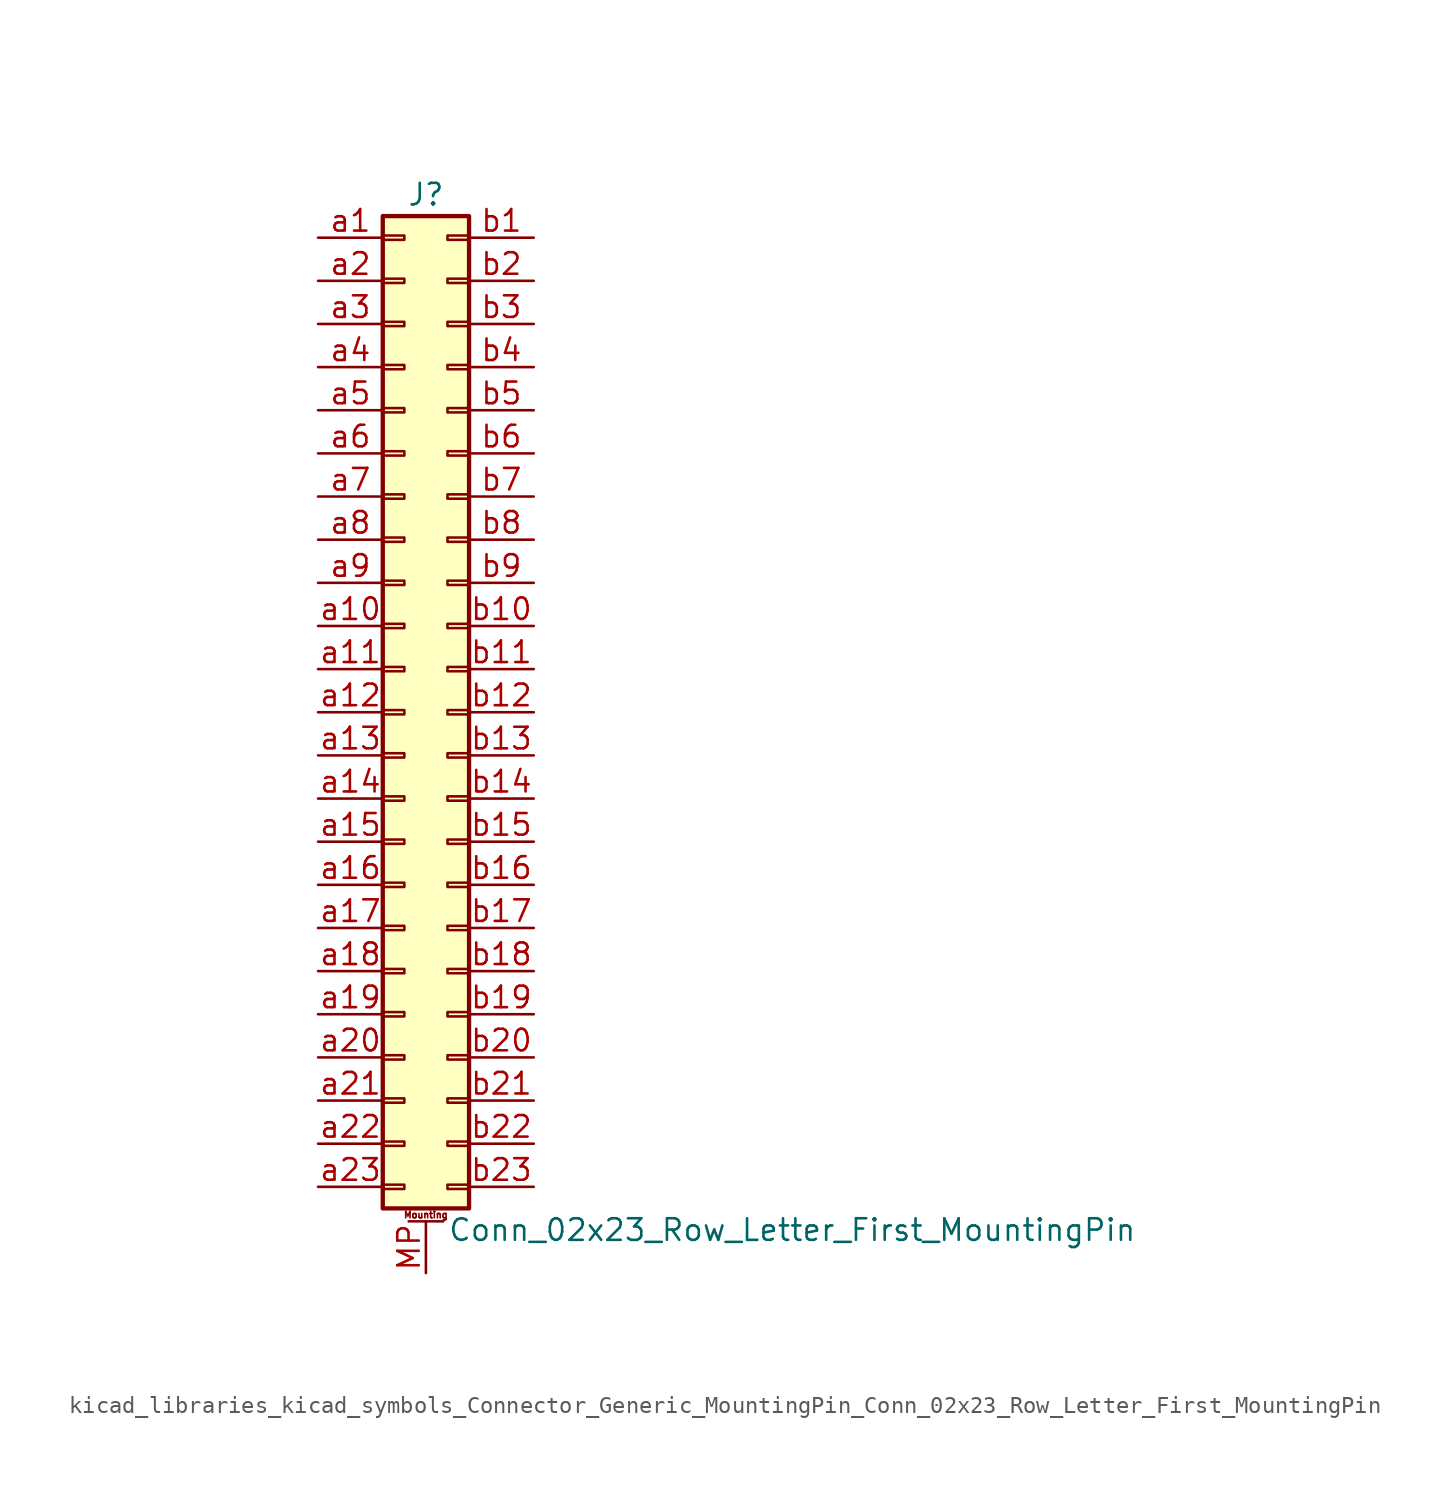
<source format=kicad_sym>
(kicad_symbol_lib
  (version 20220914)
  (generator kicad_symbol_editor)
  (symbol "kicad_libraries_kicad_symbols_Connector_Generic_MountingPin_Conn_02x23_Row_Letter_First_MountingPin"
    (pin_names
      (offset 1.016) hide)
    (property "Reference" "J"
      (at 1.27 30.48 0)
      (effects (font (size 1.27 1.27))))
    (property "Value" "Conn_02x23_Row_Letter_First_MountingPin"
      (at 2.54 -30.48 0)
      (effects (font (size 1.27 1.27)) (justify left)))
    (symbol "kicad_libraries_kicad_symbols_Connector_Generic_MountingPin_Conn_02x23_Row_Letter_First_MountingPin_1_1"
      (rectangle (start -1.27 -27.813) (end 0 -28.067) (stroke (width 0.152) (type default)) (fill (type none)))
      (rectangle (start -1.27 -25.273) (end 0 -25.527) (stroke (width 0.152) (type default)) (fill (type none)))
      (rectangle (start -1.27 -22.733) (end 0 -22.987) (stroke (width 0.152) (type default)) (fill (type none)))
      (rectangle (start -1.27 -20.193) (end 0 -20.447) (stroke (width 0.152) (type default)) (fill (type none)))
      (rectangle (start -1.27 -17.653) (end 0 -17.907) (stroke (width 0.152) (type default)) (fill (type none)))
      (rectangle (start -1.27 -15.113) (end 0 -15.367) (stroke (width 0.152) (type default)) (fill (type none)))
      (rectangle (start -1.27 -12.573) (end 0 -12.827) (stroke (width 0.152) (type default)) (fill (type none)))
      (rectangle (start -1.27 -10.033) (end 0 -10.287) (stroke (width 0.152) (type default)) (fill (type none)))
      (rectangle (start -1.27 -7.493) (end 0 -7.747) (stroke (width 0.152) (type default)) (fill (type none)))
      (rectangle (start -1.27 -4.953) (end 0 -5.207) (stroke (width 0.152) (type default)) (fill (type none)))
      (rectangle (start -1.27 -2.413) (end 0 -2.667) (stroke (width 0.152) (type default)) (fill (type none)))
      (rectangle (start -1.27 0.127) (end 0 -0.127) (stroke (width 0.152) (type default)) (fill (type none)))
      (rectangle (start -1.27 2.667) (end 0 2.413) (stroke (width 0.152) (type default)) (fill (type none)))
      (rectangle (start -1.27 5.207) (end 0 4.953) (stroke (width 0.152) (type default)) (fill (type none)))
      (rectangle (start -1.27 7.747) (end 0 7.493) (stroke (width 0.152) (type default)) (fill (type none)))
      (rectangle (start -1.27 10.287) (end 0 10.033) (stroke (width 0.152) (type default)) (fill (type none)))
      (rectangle (start -1.27 12.827) (end 0 12.573) (stroke (width 0.152) (type default)) (fill (type none)))
      (rectangle (start -1.27 15.367) (end 0 15.113) (stroke (width 0.152) (type default)) (fill (type none)))
      (rectangle (start -1.27 17.907) (end 0 17.653) (stroke (width 0.152) (type default)) (fill (type none)))
      (rectangle (start -1.27 20.447) (end 0 20.193) (stroke (width 0.152) (type default)) (fill (type none)))
      (rectangle (start -1.27 22.987) (end 0 22.733) (stroke (width 0.152) (type default)) (fill (type none)))
      (rectangle (start -1.27 25.527) (end 0 25.273) (stroke (width 0.152) (type default)) (fill (type none)))
      (rectangle (start -1.27 28.067) (end 0 27.813) (stroke (width 0.152) (type default)) (fill (type none)))
      (rectangle (start -1.27 29.21) (end 3.81 -29.21) (stroke (width 0.254) (type default)) (fill (type background)))
      (polyline (pts (xy 0.254 -29.972) (xy 2.286 -29.972)) (stroke (width 0.152) (type default)) (fill (type none)))
      (rectangle (start 3.81 -27.813) (end 2.54 -28.067) (stroke (width 0.152) (type default)) (fill (type none)))
      (rectangle (start 3.81 -25.273) (end 2.54 -25.527) (stroke (width 0.152) (type default)) (fill (type none)))
      (rectangle (start 3.81 -22.733) (end 2.54 -22.987) (stroke (width 0.152) (type default)) (fill (type none)))
      (rectangle (start 3.81 -20.193) (end 2.54 -20.447) (stroke (width 0.152) (type default)) (fill (type none)))
      (rectangle (start 3.81 -17.653) (end 2.54 -17.907) (stroke (width 0.152) (type default)) (fill (type none)))
      (rectangle (start 3.81 -15.113) (end 2.54 -15.367) (stroke (width 0.152) (type default)) (fill (type none)))
      (rectangle (start 3.81 -12.573) (end 2.54 -12.827) (stroke (width 0.152) (type default)) (fill (type none)))
      (rectangle (start 3.81 -10.033) (end 2.54 -10.287) (stroke (width 0.152) (type default)) (fill (type none)))
      (rectangle (start 3.81 -7.493) (end 2.54 -7.747) (stroke (width 0.152) (type default)) (fill (type none)))
      (rectangle (start 3.81 -4.953) (end 2.54 -5.207) (stroke (width 0.152) (type default)) (fill (type none)))
      (rectangle (start 3.81 -2.413) (end 2.54 -2.667) (stroke (width 0.152) (type default)) (fill (type none)))
      (rectangle (start 3.81 0.127) (end 2.54 -0.127) (stroke (width 0.152) (type default)) (fill (type none)))
      (rectangle (start 3.81 2.667) (end 2.54 2.413) (stroke (width 0.152) (type default)) (fill (type none)))
      (rectangle (start 3.81 5.207) (end 2.54 4.953) (stroke (width 0.152) (type default)) (fill (type none)))
      (rectangle (start 3.81 7.747) (end 2.54 7.493) (stroke (width 0.152) (type default)) (fill (type none)))
      (rectangle (start 3.81 10.287) (end 2.54 10.033) (stroke (width 0.152) (type default)) (fill (type none)))
      (rectangle (start 3.81 12.827) (end 2.54 12.573) (stroke (width 0.152) (type default)) (fill (type none)))
      (rectangle (start 3.81 15.367) (end 2.54 15.113) (stroke (width 0.152) (type default)) (fill (type none)))
      (rectangle (start 3.81 17.907) (end 2.54 17.653) (stroke (width 0.152) (type default)) (fill (type none)))
      (rectangle (start 3.81 20.447) (end 2.54 20.193) (stroke (width 0.152) (type default)) (fill (type none)))
      (rectangle (start 3.81 22.987) (end 2.54 22.733) (stroke (width 0.152) (type default)) (fill (type none)))
      (rectangle (start 3.81 25.527) (end 2.54 25.273) (stroke (width 0.152) (type default)) (fill (type none)))
      (rectangle (start 3.81 28.067) (end 2.54 27.813) (stroke (width 0.152) (type default)) (fill (type none)))
      (text "Mounting" (at 1.27 -29.591 0) (effects (font (size 0.381 0.381))))
      (pin passive line (at 1.27 -33.02 90) (length 3.048) (name "MountPin" (effects (font (size 1.27 1.27)))) (number "MP" (effects (font (size 1.27 1.27)))))
      (pin passive line (at -5.08 27.94 0) (length 3.81) (name "Pin_a1" (effects (font (size 1.27 1.27)))) (number "a1" (effects (font (size 1.27 1.27)))))
      (pin passive line (at -5.08 5.08 0) (length 3.81) (name "Pin_a10" (effects (font (size 1.27 1.27)))) (number "a10" (effects (font (size 1.27 1.27)))))
      (pin passive line (at -5.08 2.54 0) (length 3.81) (name "Pin_a11" (effects (font (size 1.27 1.27)))) (number "a11" (effects (font (size 1.27 1.27)))))
      (pin passive line (at -5.08 0 0) (length 3.81) (name "Pin_a12" (effects (font (size 1.27 1.27)))) (number "a12" (effects (font (size 1.27 1.27)))))
      (pin passive line (at -5.08 -2.54 0) (length 3.81) (name "Pin_a13" (effects (font (size 1.27 1.27)))) (number "a13" (effects (font (size 1.27 1.27)))))
      (pin passive line (at -5.08 -5.08 0) (length 3.81) (name "Pin_a14" (effects (font (size 1.27 1.27)))) (number "a14" (effects (font (size 1.27 1.27)))))
      (pin passive line (at -5.08 -7.62 0) (length 3.81) (name "Pin_a15" (effects (font (size 1.27 1.27)))) (number "a15" (effects (font (size 1.27 1.27)))))
      (pin passive line (at -5.08 -10.16 0) (length 3.81) (name "Pin_a16" (effects (font (size 1.27 1.27)))) (number "a16" (effects (font (size 1.27 1.27)))))
      (pin passive line (at -5.08 -12.7 0) (length 3.81) (name "Pin_a17" (effects (font (size 1.27 1.27)))) (number "a17" (effects (font (size 1.27 1.27)))))
      (pin passive line (at -5.08 -15.24 0) (length 3.81) (name "Pin_a18" (effects (font (size 1.27 1.27)))) (number "a18" (effects (font (size 1.27 1.27)))))
      (pin passive line (at -5.08 -17.78 0) (length 3.81) (name "Pin_a19" (effects (font (size 1.27 1.27)))) (number "a19" (effects (font (size 1.27 1.27)))))
      (pin passive line (at -5.08 25.4 0) (length 3.81) (name "Pin_a2" (effects (font (size 1.27 1.27)))) (number "a2" (effects (font (size 1.27 1.27)))))
      (pin passive line (at -5.08 -20.32 0) (length 3.81) (name "Pin_a20" (effects (font (size 1.27 1.27)))) (number "a20" (effects (font (size 1.27 1.27)))))
      (pin passive line (at -5.08 -22.86 0) (length 3.81) (name "Pin_a21" (effects (font (size 1.27 1.27)))) (number "a21" (effects (font (size 1.27 1.27)))))
      (pin passive line (at -5.08 -25.4 0) (length 3.81) (name "Pin_a22" (effects (font (size 1.27 1.27)))) (number "a22" (effects (font (size 1.27 1.27)))))
      (pin passive line (at -5.08 -27.94 0) (length 3.81) (name "Pin_a23" (effects (font (size 1.27 1.27)))) (number "a23" (effects (font (size 1.27 1.27)))))
      (pin passive line (at -5.08 22.86 0) (length 3.81) (name "Pin_a3" (effects (font (size 1.27 1.27)))) (number "a3" (effects (font (size 1.27 1.27)))))
      (pin passive line (at -5.08 20.32 0) (length 3.81) (name "Pin_a4" (effects (font (size 1.27 1.27)))) (number "a4" (effects (font (size 1.27 1.27)))))
      (pin passive line (at -5.08 17.78 0) (length 3.81) (name "Pin_a5" (effects (font (size 1.27 1.27)))) (number "a5" (effects (font (size 1.27 1.27)))))
      (pin passive line (at -5.08 15.24 0) (length 3.81) (name "Pin_a6" (effects (font (size 1.27 1.27)))) (number "a6" (effects (font (size 1.27 1.27)))))
      (pin passive line (at -5.08 12.7 0) (length 3.81) (name "Pin_a7" (effects (font (size 1.27 1.27)))) (number "a7" (effects (font (size 1.27 1.27)))))
      (pin passive line (at -5.08 10.16 0) (length 3.81) (name "Pin_a8" (effects (font (size 1.27 1.27)))) (number "a8" (effects (font (size 1.27 1.27)))))
      (pin passive line (at -5.08 7.62 0) (length 3.81) (name "Pin_a9" (effects (font (size 1.27 1.27)))) (number "a9" (effects (font (size 1.27 1.27)))))
      (pin passive line (at 7.62 27.94 180) (length 3.81) (name "Pin_b1" (effects (font (size 1.27 1.27)))) (number "b1" (effects (font (size 1.27 1.27)))))
      (pin passive line (at 7.62 5.08 180) (length 3.81) (name "Pin_b10" (effects (font (size 1.27 1.27)))) (number "b10" (effects (font (size 1.27 1.27)))))
      (pin passive line (at 7.62 2.54 180) (length 3.81) (name "Pin_b11" (effects (font (size 1.27 1.27)))) (number "b11" (effects (font (size 1.27 1.27)))))
      (pin passive line (at 7.62 0 180) (length 3.81) (name "Pin_b12" (effects (font (size 1.27 1.27)))) (number "b12" (effects (font (size 1.27 1.27)))))
      (pin passive line (at 7.62 -2.54 180) (length 3.81) (name "Pin_b13" (effects (font (size 1.27 1.27)))) (number "b13" (effects (font (size 1.27 1.27)))))
      (pin passive line (at 7.62 -5.08 180) (length 3.81) (name "Pin_b14" (effects (font (size 1.27 1.27)))) (number "b14" (effects (font (size 1.27 1.27)))))
      (pin passive line (at 7.62 -7.62 180) (length 3.81) (name "Pin_b15" (effects (font (size 1.27 1.27)))) (number "b15" (effects (font (size 1.27 1.27)))))
      (pin passive line (at 7.62 -10.16 180) (length 3.81) (name "Pin_b16" (effects (font (size 1.27 1.27)))) (number "b16" (effects (font (size 1.27 1.27)))))
      (pin passive line (at 7.62 -12.7 180) (length 3.81) (name "Pin_b17" (effects (font (size 1.27 1.27)))) (number "b17" (effects (font (size 1.27 1.27)))))
      (pin passive line (at 7.62 -15.24 180) (length 3.81) (name "Pin_b18" (effects (font (size 1.27 1.27)))) (number "b18" (effects (font (size 1.27 1.27)))))
      (pin passive line (at 7.62 -17.78 180) (length 3.81) (name "Pin_b19" (effects (font (size 1.27 1.27)))) (number "b19" (effects (font (size 1.27 1.27)))))
      (pin passive line (at 7.62 25.4 180) (length 3.81) (name "Pin_b2" (effects (font (size 1.27 1.27)))) (number "b2" (effects (font (size 1.27 1.27)))))
      (pin passive line (at 7.62 -20.32 180) (length 3.81) (name "Pin_b20" (effects (font (size 1.27 1.27)))) (number "b20" (effects (font (size 1.27 1.27)))))
      (pin passive line (at 7.62 -22.86 180) (length 3.81) (name "Pin_b21" (effects (font (size 1.27 1.27)))) (number "b21" (effects (font (size 1.27 1.27)))))
      (pin passive line (at 7.62 -25.4 180) (length 3.81) (name "Pin_b22" (effects (font (size 1.27 1.27)))) (number "b22" (effects (font (size 1.27 1.27)))))
      (pin passive line (at 7.62 -27.94 180) (length 3.81) (name "Pin_b23" (effects (font (size 1.27 1.27)))) (number "b23" (effects (font (size 1.27 1.27)))))
      (pin passive line (at 7.62 22.86 180) (length 3.81) (name "Pin_b3" (effects (font (size 1.27 1.27)))) (number "b3" (effects (font (size 1.27 1.27)))))
      (pin passive line (at 7.62 20.32 180) (length 3.81) (name "Pin_b4" (effects (font (size 1.27 1.27)))) (number "b4" (effects (font (size 1.27 1.27)))))
      (pin passive line (at 7.62 17.78 180) (length 3.81) (name "Pin_b5" (effects (font (size 1.27 1.27)))) (number "b5" (effects (font (size 1.27 1.27)))))
      (pin passive line (at 7.62 15.24 180) (length 3.81) (name "Pin_b6" (effects (font (size 1.27 1.27)))) (number "b6" (effects (font (size 1.27 1.27)))))
      (pin passive line (at 7.62 12.7 180) (length 3.81) (name "Pin_b7" (effects (font (size 1.27 1.27)))) (number "b7" (effects (font (size 1.27 1.27)))))
      (pin passive line (at 7.62 10.16 180) (length 3.81) (name "Pin_b8" (effects (font (size 1.27 1.27)))) (number "b8" (effects (font (size 1.27 1.27)))))
      (pin passive line (at 7.62 7.62 180) (length 3.81) (name "Pin_b9" (effects (font (size 1.27 1.27)))) (number "b9" (effects (font (size 1.27 1.27))))))))
</source>
